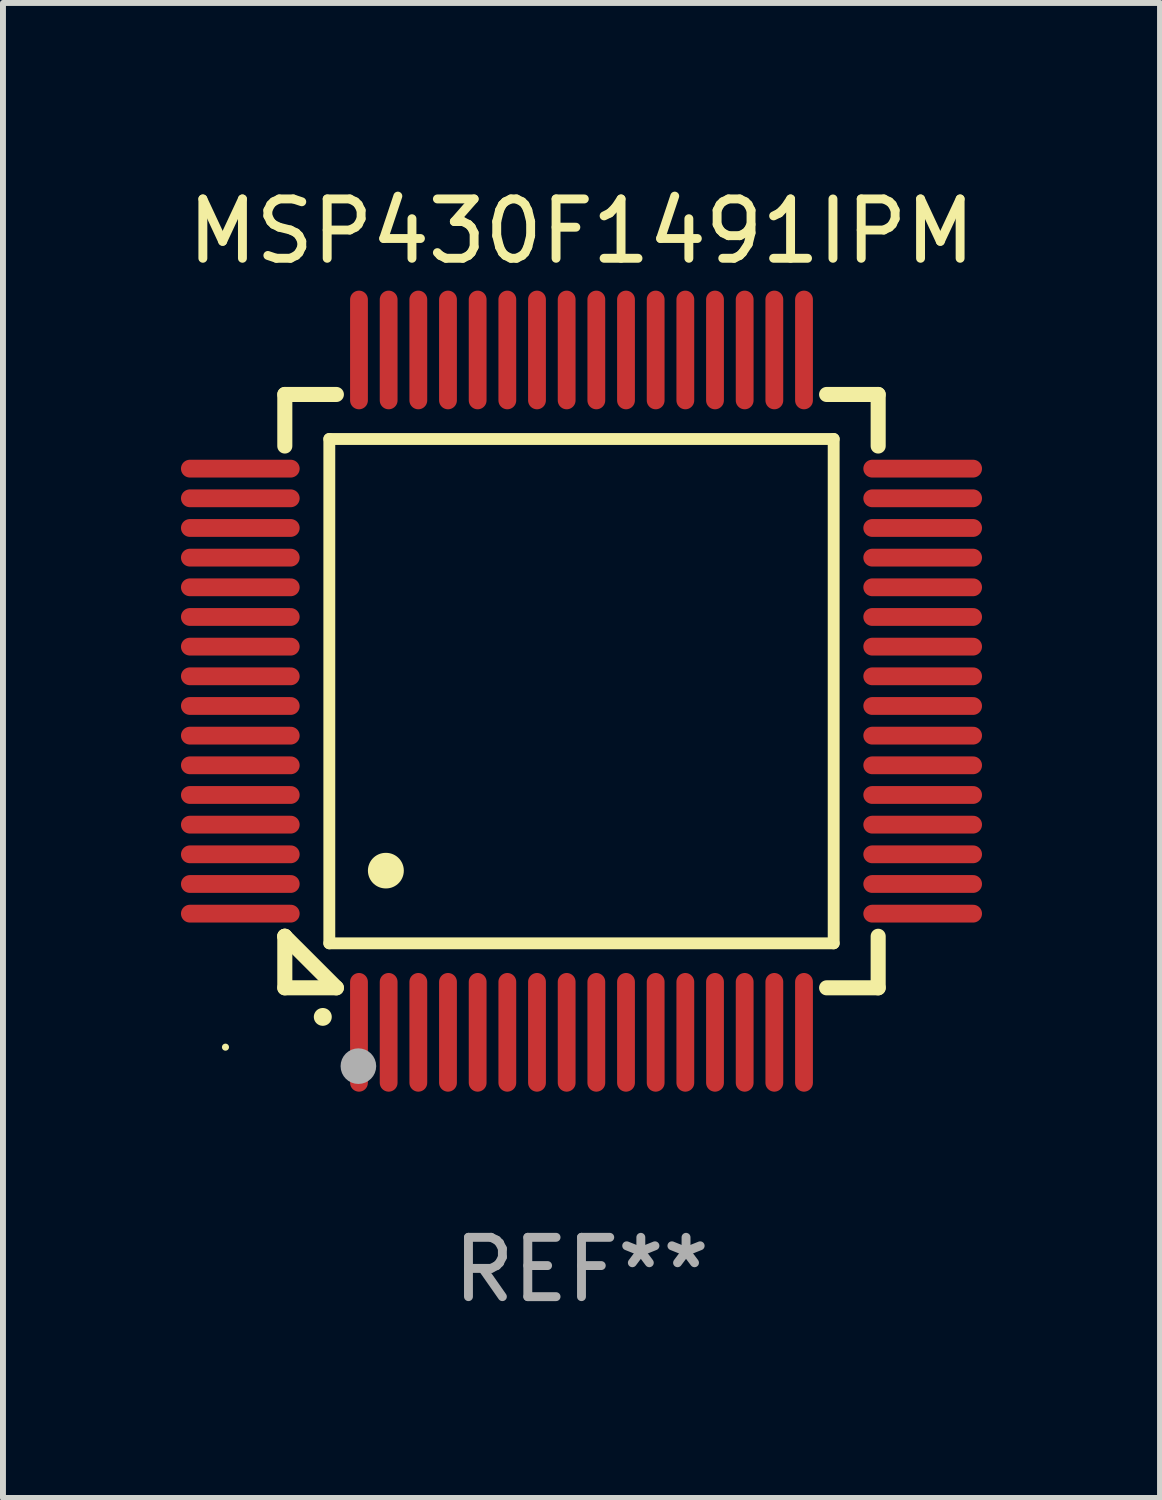
<source format=kicad_pcb>
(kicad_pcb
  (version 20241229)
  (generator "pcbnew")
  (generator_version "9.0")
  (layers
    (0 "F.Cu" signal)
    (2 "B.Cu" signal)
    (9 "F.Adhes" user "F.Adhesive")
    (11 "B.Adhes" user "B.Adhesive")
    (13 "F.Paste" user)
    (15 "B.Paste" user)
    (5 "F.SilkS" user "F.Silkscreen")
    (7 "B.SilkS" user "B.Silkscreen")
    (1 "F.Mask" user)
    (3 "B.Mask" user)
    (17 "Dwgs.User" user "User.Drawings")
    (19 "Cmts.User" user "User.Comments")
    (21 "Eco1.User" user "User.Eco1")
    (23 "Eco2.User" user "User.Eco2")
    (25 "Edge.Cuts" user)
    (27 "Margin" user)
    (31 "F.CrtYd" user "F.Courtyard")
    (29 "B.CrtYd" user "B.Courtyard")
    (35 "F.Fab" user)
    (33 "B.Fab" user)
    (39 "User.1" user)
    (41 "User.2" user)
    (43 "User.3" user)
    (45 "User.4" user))
  (footprint "MSP430F1491IPM"
    (layer "F.Cu")
    (at 6.75 8.598)
    (property "Reference" "MSP430F1491IPM" (at 0 -7.75 0) (layer "F.SilkS") (effects (font (size 1 1) (thickness 0.15))))
    (attr through_hole)
    (fp_line (start -5 -5) (end -4.131 -5) (stroke (width 0.254) (type solid)) (layer "F.SilkS"))
    (fp_line (start -5 -4.131) (end -5 -5) (stroke (width 0.254) (type solid)) (layer "F.SilkS"))
    (fp_line (start -5 4.131) (end -5 4.131) (stroke (width 0.254) (type solid)) (layer "F.SilkS"))
    (fp_line (start -5 5) (end -5 4.131) (stroke (width 0.254) (type solid)) (layer "F.SilkS"))
    (fp_line (start -5 4.131) (end -4.131 5) (stroke (width 0.254) (type solid)) (layer "F.SilkS"))
    (fp_line (start -4.25 -4.25) (end -4.25 4.25) (stroke (width 0.2) (type solid)) (layer "F.SilkS"))
    (fp_line (start -4.25 4.25) (end 4.25 4.25) (stroke (width 0.2) (type solid)) (layer "F.SilkS"))
    (fp_line (start -4.131 5) (end -5 5) (stroke (width 0.254) (type solid)) (layer "F.SilkS"))
    (fp_line (start 4.25 -4.25) (end -4.25 -4.25) (stroke (width 0.2) (type solid)) (layer "F.SilkS"))
    (fp_line (start 4.25 4.25) (end 4.25 -4.25) (stroke (width 0.2) (type solid)) (layer "F.SilkS"))
    (fp_line (start 5 -5) (end 4.131 -5) (stroke (width 0.254) (type solid)) (layer "F.SilkS"))
    (fp_line (start 5 -5) (end 5 -4.131) (stroke (width 0.254) (type solid)) (layer "F.SilkS"))
    (fp_line (start 5 4.131) (end 5 5) (stroke (width 0.254) (type solid)) (layer "F.SilkS"))
    (fp_line (start 5 5) (end 4.131 5) (stroke (width 0.254) (type solid)) (layer "F.SilkS"))
    (fp_arc (start -4.361265 5.489992) (mid -4.359995 5.489987) (end -4.358725 5.489992) (stroke (width 0.3) (type solid)) (layer "F.SilkS"))
    (fp_arc (start -3.299467 3.025146) (mid -3.296927 3.025135) (end -3.294387 3.025146) (stroke (width 0.6) (type solid)) (layer "F.SilkS"))
    (fp_circle (center -6 6) (end -5.97 6) (stroke (width 0.06) (type solid)) (fill no) (layer "F.SilkS"))
    (fp_circle (center -3.76 6.32) (end -3.61 6.32) (stroke (width 0.3) (type solid)) (fill no) (layer "F.Fab"))
    (fp_text user "REF**" (at 0 9.75 0) (layer "F.Fab") (effects (font (size 1 1) (thickness 0.15))))
    (pad "1" smd oval (at -3.75 5.75) (size 0.3 2) (layers "F.Cu" "F.Mask" "F.Paste"))
    (pad "2" smd oval (at -3.25 5.75) (size 0.3 2) (layers "F.Cu" "F.Mask" "F.Paste"))
    (pad "3" smd oval (at -2.75 5.75) (size 0.3 2) (layers "F.Cu" "F.Mask" "F.Paste"))
    (pad "4" smd oval (at -2.25 5.75) (size 0.3 2) (layers "F.Cu" "F.Mask" "F.Paste"))
    (pad "5" smd oval (at -1.75 5.75) (size 0.3 2) (layers "F.Cu" "F.Mask" "F.Paste"))
    (pad "6" smd oval (at -1.25 5.75) (size 0.3 2) (layers "F.Cu" "F.Mask" "F.Paste"))
    (pad "7" smd oval (at -0.75 5.75) (size 0.3 2) (layers "F.Cu" "F.Mask" "F.Paste"))
    (pad "8" smd oval (at -0.25 5.75) (size 0.3 2) (layers "F.Cu" "F.Mask" "F.Paste"))
    (pad "9" smd oval (at 0.25 5.75) (size 0.3 2) (layers "F.Cu" "F.Mask" "F.Paste"))
    (pad "10" smd oval (at 0.75 5.75) (size 0.3 2) (layers "F.Cu" "F.Mask" "F.Paste"))
    (pad "11" smd oval (at 1.25 5.75) (size 0.3 2) (layers "F.Cu" "F.Mask" "F.Paste"))
    (pad "12" smd oval (at 1.75 5.75) (size 0.3 2) (layers "F.Cu" "F.Mask" "F.Paste"))
    (pad "13" smd oval (at 2.25 5.75) (size 0.3 2) (layers "F.Cu" "F.Mask" "F.Paste"))
    (pad "14" smd oval (at 2.75 5.75) (size 0.3 2) (layers "F.Cu" "F.Mask" "F.Paste"))
    (pad "15" smd oval (at 3.25 5.75) (size 0.3 2) (layers "F.Cu" "F.Mask" "F.Paste"))
    (pad "16" smd oval (at 3.75 5.75) (size 0.3 2) (layers "F.Cu" "F.Mask" "F.Paste"))
    (pad "17" smd oval (at 5.75 3.75) (size 2 0.3) (layers "F.Cu" "F.Mask" "F.Paste"))
    (pad "18" smd oval (at 5.75 3.25) (size 2 0.3) (layers "F.Cu" "F.Mask" "F.Paste"))
    (pad "19" smd oval (at 5.75 2.75) (size 2 0.3) (layers "F.Cu" "F.Mask" "F.Paste"))
    (pad "20" smd oval (at 5.75 2.25) (size 2 0.3) (layers "F.Cu" "F.Mask" "F.Paste"))
    (pad "21" smd oval (at 5.75 1.75) (size 2 0.3) (layers "F.Cu" "F.Mask" "F.Paste"))
    (pad "22" smd oval (at 5.75 1.25) (size 2 0.3) (layers "F.Cu" "F.Mask" "F.Paste"))
    (pad "23" smd oval (at 5.75 0.75) (size 2 0.3) (layers "F.Cu" "F.Mask" "F.Paste"))
    (pad "24" smd oval (at 5.75 0.25) (size 2 0.3) (layers "F.Cu" "F.Mask" "F.Paste"))
    (pad "25" smd oval (at 5.75 -0.25) (size 2 0.3) (layers "F.Cu" "F.Mask" "F.Paste"))
    (pad "26" smd oval (at 5.75 -0.75) (size 2 0.3) (layers "F.Cu" "F.Mask" "F.Paste"))
    (pad "27" smd oval (at 5.75 -1.25) (size 2 0.3) (layers "F.Cu" "F.Mask" "F.Paste"))
    (pad "28" smd oval (at 5.75 -1.75) (size 2 0.3) (layers "F.Cu" "F.Mask" "F.Paste"))
    (pad "29" smd oval (at 5.75 -2.25) (size 2 0.3) (layers "F.Cu" "F.Mask" "F.Paste"))
    (pad "30" smd oval (at 5.75 -2.75) (size 2 0.3) (layers "F.Cu" "F.Mask" "F.Paste"))
    (pad "31" smd oval (at 5.75 -3.25) (size 2 0.3) (layers "F.Cu" "F.Mask" "F.Paste"))
    (pad "32" smd oval (at 5.75 -3.75) (size 2 0.3) (layers "F.Cu" "F.Mask" "F.Paste"))
    (pad "33" smd oval (at 3.75 -5.75) (size 0.3 2) (layers "F.Cu" "F.Mask" "F.Paste"))
    (pad "34" smd oval (at 3.25 -5.75) (size 0.3 2) (layers "F.Cu" "F.Mask" "F.Paste"))
    (pad "35" smd oval (at 2.75 -5.75) (size 0.3 2) (layers "F.Cu" "F.Mask" "F.Paste"))
    (pad "36" smd oval (at 2.25 -5.75) (size 0.3 2) (layers "F.Cu" "F.Mask" "F.Paste"))
    (pad "37" smd oval (at 1.75 -5.75) (size 0.3 2) (layers "F.Cu" "F.Mask" "F.Paste"))
    (pad "38" smd oval (at 1.25 -5.75) (size 0.3 2) (layers "F.Cu" "F.Mask" "F.Paste"))
    (pad "39" smd oval (at 0.75 -5.75) (size 0.3 2) (layers "F.Cu" "F.Mask" "F.Paste"))
    (pad "40" smd oval (at 0.25 -5.75) (size 0.3 2) (layers "F.Cu" "F.Mask" "F.Paste"))
    (pad "41" smd oval (at -0.25 -5.75) (size 0.3 2) (layers "F.Cu" "F.Mask" "F.Paste"))
    (pad "42" smd oval (at -0.75 -5.75) (size 0.3 2) (layers "F.Cu" "F.Mask" "F.Paste"))
    (pad "43" smd oval (at -1.25 -5.75) (size 0.3 2) (layers "F.Cu" "F.Mask" "F.Paste"))
    (pad "44" smd oval (at -1.75 -5.75) (size 0.3 2) (layers "F.Cu" "F.Mask" "F.Paste"))
    (pad "45" smd oval (at -2.25 -5.75) (size 0.3 2) (layers "F.Cu" "F.Mask" "F.Paste"))
    (pad "46" smd oval (at -2.75 -5.75) (size 0.3 2) (layers "F.Cu" "F.Mask" "F.Paste"))
    (pad "47" smd oval (at -3.25 -5.75) (size 0.3 2) (layers "F.Cu" "F.Mask" "F.Paste"))
    (pad "48" smd oval (at -3.75 -5.75) (size 0.3 2) (layers "F.Cu" "F.Mask" "F.Paste"))
    (pad "49" smd oval (at -5.75 -3.75) (size 2 0.3) (layers "F.Cu" "F.Mask" "F.Paste"))
    (pad "50" smd oval (at -5.75 -3.25) (size 2 0.3) (layers "F.Cu" "F.Mask" "F.Paste"))
    (pad "51" smd oval (at -5.75 -2.75) (size 2 0.3) (layers "F.Cu" "F.Mask" "F.Paste"))
    (pad "52" smd oval (at -5.75 -2.25) (size 2 0.3) (layers "F.Cu" "F.Mask" "F.Paste"))
    (pad "53" smd oval (at -5.75 -1.75) (size 2 0.3) (layers "F.Cu" "F.Mask" "F.Paste"))
    (pad "54" smd oval (at -5.75 -1.25) (size 2 0.3) (layers "F.Cu" "F.Mask" "F.Paste"))
    (pad "55" smd oval (at -5.75 -0.75) (size 2 0.3) (layers "F.Cu" "F.Mask" "F.Paste"))
    (pad "56" smd oval (at -5.75 -0.25) (size 2 0.3) (layers "F.Cu" "F.Mask" "F.Paste"))
    (pad "57" smd oval (at -5.75 0.25) (size 2 0.3) (layers "F.Cu" "F.Mask" "F.Paste"))
    (pad "58" smd oval (at -5.75 0.75) (size 2 0.3) (layers "F.Cu" "F.Mask" "F.Paste"))
    (pad "59" smd oval (at -5.75 1.25) (size 2 0.3) (layers "F.Cu" "F.Mask" "F.Paste"))
    (pad "60" smd oval (at -5.75 1.75) (size 2 0.3) (layers "F.Cu" "F.Mask" "F.Paste"))
    (pad "61" smd oval (at -5.75 2.25) (size 2 0.3) (layers "F.Cu" "F.Mask" "F.Paste"))
    (pad "62" smd oval (at -5.75 2.75) (size 2 0.3) (layers "F.Cu" "F.Mask" "F.Paste"))
    (pad "63" smd oval (at -5.75 3.25) (size 2 0.3) (layers "F.Cu" "F.Mask" "F.Paste"))
    (pad "64" smd oval (at -5.75 3.75) (size 2 0.3) (layers "F.Cu" "F.Mask" "F.Paste")))
  (gr_rect
    (start -3 -3)
    (end 16.5 22.196)
    (stroke (width 0.1) (type default))
    (fill no)
    (layer "Edge.Cuts")))
</source>
